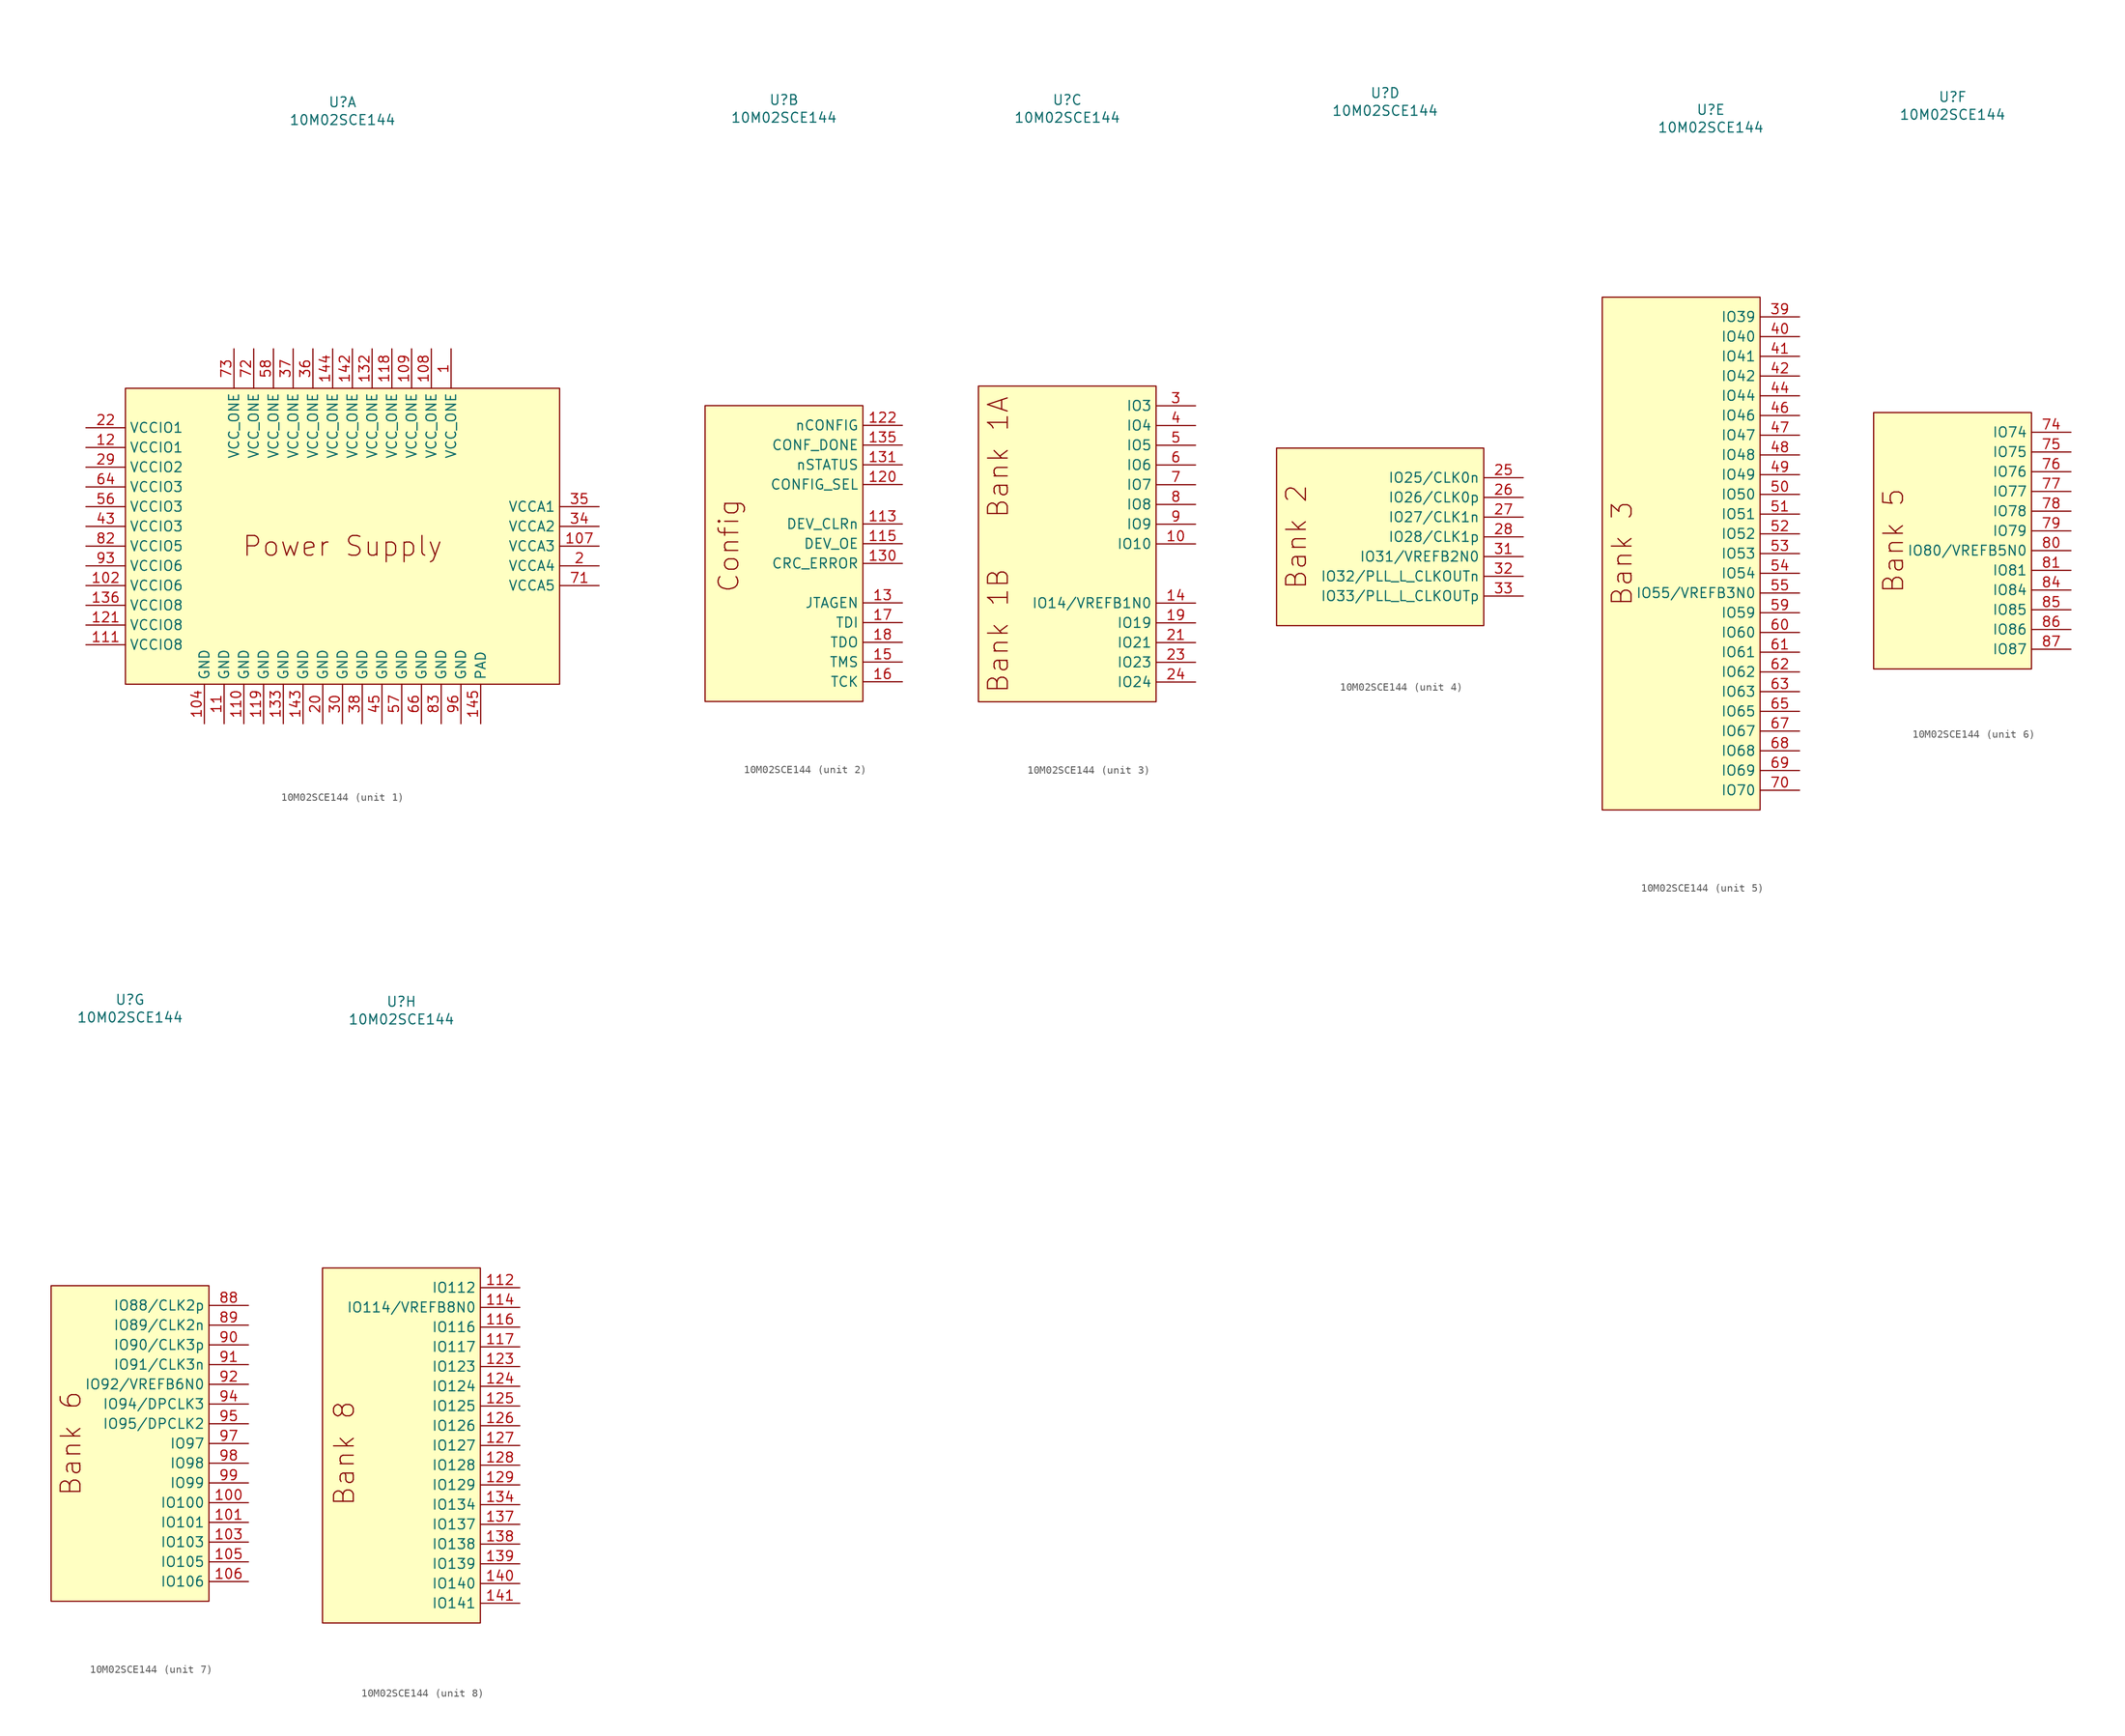
<source format=kicad_sym>
(kicad_symbol_lib
  (version 20241209)
  (generator "kicad_symbol_editor")
  (generator_version "9.0")
  (symbol "10M02SCE144"
    (property "Reference" "U"
      (at 0 57.15 0)
      (effects (font (size 1.27 1.27))))
    (property "Value" "10M02SCE144"
      (at 0 54.864 0)
      (effects (font (size 1.27 1.27))))
    (property "ki_locked" ""
      (at 0 0 0)
      (effects (font (size 1.27 1.27))))
    (symbol "10M02SCE144_1_0"
      (pin power_in line (at -33.02 15.24 0) (length 5.08) (name "VCCIO1" (effects (font (size 1.27 1.27)))) (number "22" (effects (font (size 1.27 1.27)))))
      (pin power_in line (at -33.02 12.7 0) (length 5.08) (name "VCCIO1" (effects (font (size 1.27 1.27)))) (number "12" (effects (font (size 1.27 1.27)))))
      (pin power_in line (at -33.02 10.16 0) (length 5.08) (name "VCCIO2" (effects (font (size 1.27 1.27)))) (number "29" (effects (font (size 1.27 1.27)))))
      (pin power_in line (at -33.02 7.62 0) (length 5.08) (name "VCCIO3" (effects (font (size 1.27 1.27)))) (number "64" (effects (font (size 1.27 1.27)))))
      (pin power_in line (at -33.02 5.08 0) (length 5.08) (name "VCCIO3" (effects (font (size 1.27 1.27)))) (number "56" (effects (font (size 1.27 1.27)))))
      (pin power_in line (at -33.02 2.54 0) (length 5.08) (name "VCCIO3" (effects (font (size 1.27 1.27)))) (number "43" (effects (font (size 1.27 1.27)))))
      (pin power_in line (at -33.02 0 0) (length 5.08) (name "VCCIO5" (effects (font (size 1.27 1.27)))) (number "82" (effects (font (size 1.27 1.27)))))
      (pin power_in line (at -33.02 -2.54 0) (length 5.08) (name "VCCIO6" (effects (font (size 1.27 1.27)))) (number "93" (effects (font (size 1.27 1.27)))))
      (pin power_in line (at -33.02 -5.08 0) (length 5.08) (name "VCCIO6" (effects (font (size 1.27 1.27)))) (number "102" (effects (font (size 1.27 1.27)))))
      (pin power_in line (at -33.02 -7.62 0) (length 5.08) (name "VCCIO8" (effects (font (size 1.27 1.27)))) (number "136" (effects (font (size 1.27 1.27)))))
      (pin power_in line (at -33.02 -10.16 0) (length 5.08) (name "VCCIO8" (effects (font (size 1.27 1.27)))) (number "121" (effects (font (size 1.27 1.27)))))
      (pin power_in line (at -33.02 -12.7 0) (length 5.08) (name "VCCIO8" (effects (font (size 1.27 1.27)))) (number "111" (effects (font (size 1.27 1.27)))))
      (pin power_in line (at -17.78 -22.86 90) (length 5.08) (name "GND" (effects (font (size 1.27 1.27)))) (number "104" (effects (font (size 1.27 1.27)))))
      (pin power_in line (at -15.24 -22.86 90) (length 5.08) (name "GND" (effects (font (size 1.27 1.27)))) (number "11" (effects (font (size 1.27 1.27)))))
      (pin power_in line (at -13.97 25.4 270) (length 5.08) (name "VCC_ONE" (effects (font (size 1.27 1.27)))) (number "73" (effects (font (size 1.27 1.27)))))
      (pin power_in line (at -12.7 -22.86 90) (length 5.08) (name "GND" (effects (font (size 1.27 1.27)))) (number "110" (effects (font (size 1.27 1.27)))))
      (pin power_in line (at -11.43 25.4 270) (length 5.08) (name "VCC_ONE" (effects (font (size 1.27 1.27)))) (number "72" (effects (font (size 1.27 1.27)))))
      (pin power_in line (at -10.16 -22.86 90) (length 5.08) (name "GND" (effects (font (size 1.27 1.27)))) (number "119" (effects (font (size 1.27 1.27)))))
      (pin power_in line (at -8.89 25.4 270) (length 5.08) (name "VCC_ONE" (effects (font (size 1.27 1.27)))) (number "58" (effects (font (size 1.27 1.27)))))
      (pin power_in line (at -7.62 -22.86 90) (length 5.08) (name "GND" (effects (font (size 1.27 1.27)))) (number "133" (effects (font (size 1.27 1.27)))))
      (pin power_in line (at -6.35 25.4 270) (length 5.08) (name "VCC_ONE" (effects (font (size 1.27 1.27)))) (number "37" (effects (font (size 1.27 1.27)))))
      (pin power_in line (at -5.08 -22.86 90) (length 5.08) (name "GND" (effects (font (size 1.27 1.27)))) (number "143" (effects (font (size 1.27 1.27)))))
      (pin power_in line (at -3.81 25.4 270) (length 5.08) (name "VCC_ONE" (effects (font (size 1.27 1.27)))) (number "36" (effects (font (size 1.27 1.27)))))
      (pin power_in line (at -2.54 -22.86 90) (length 5.08) (name "GND" (effects (font (size 1.27 1.27)))) (number "20" (effects (font (size 1.27 1.27)))))
      (pin power_in line (at -1.27 25.4 270) (length 5.08) (name "VCC_ONE" (effects (font (size 1.27 1.27)))) (number "144" (effects (font (size 1.27 1.27)))))
      (pin power_in line (at 0 -22.86 90) (length 5.08) (name "GND" (effects (font (size 1.27 1.27)))) (number "30" (effects (font (size 1.27 1.27)))))
      (pin power_in line (at 1.27 25.4 270) (length 5.08) (name "VCC_ONE" (effects (font (size 1.27 1.27)))) (number "142" (effects (font (size 1.27 1.27)))))
      (pin power_in line (at 2.54 -22.86 90) (length 5.08) (name "GND" (effects (font (size 1.27 1.27)))) (number "38" (effects (font (size 1.27 1.27)))))
      (pin power_in line (at 3.81 25.4 270) (length 5.08) (name "VCC_ONE" (effects (font (size 1.27 1.27)))) (number "132" (effects (font (size 1.27 1.27)))))
      (pin power_in line (at 5.08 -22.86 90) (length 5.08) (name "GND" (effects (font (size 1.27 1.27)))) (number "45" (effects (font (size 1.27 1.27)))))
      (pin power_in line (at 6.35 25.4 270) (length 5.08) (name "VCC_ONE" (effects (font (size 1.27 1.27)))) (number "118" (effects (font (size 1.27 1.27)))))
      (pin power_in line (at 7.62 -22.86 90) (length 5.08) (name "GND" (effects (font (size 1.27 1.27)))) (number "57" (effects (font (size 1.27 1.27)))))
      (pin power_in line (at 8.89 25.4 270) (length 5.08) (name "VCC_ONE" (effects (font (size 1.27 1.27)))) (number "109" (effects (font (size 1.27 1.27)))))
      (pin power_in line (at 10.16 -22.86 90) (length 5.08) (name "GND" (effects (font (size 1.27 1.27)))) (number "66" (effects (font (size 1.27 1.27)))))
      (pin power_in line (at 11.43 25.4 270) (length 5.08) (name "VCC_ONE" (effects (font (size 1.27 1.27)))) (number "108" (effects (font (size 1.27 1.27)))))
      (pin power_in line (at 12.7 -22.86 90) (length 5.08) (name "GND" (effects (font (size 1.27 1.27)))) (number "83" (effects (font (size 1.27 1.27)))))
      (pin power_in line (at 13.97 25.4 270) (length 5.08) (name "VCC_ONE" (effects (font (size 1.27 1.27)))) (number "1" (effects (font (size 1.27 1.27)))))
      (pin power_in line (at 15.24 -22.86 90) (length 5.08) (name "GND" (effects (font (size 1.27 1.27)))) (number "96" (effects (font (size 1.27 1.27)))))
      (pin power_in line (at 33.02 5.08 180) (length 5.08) (name "VCCA1" (effects (font (size 1.27 1.27)))) (number "35" (effects (font (size 1.27 1.27)))))
      (pin power_in line (at 33.02 2.54 180) (length 5.08) (name "VCCA2" (effects (font (size 1.27 1.27)))) (number "34" (effects (font (size 1.27 1.27)))))
      (pin power_in line (at 33.02 0 180) (length 5.08) (name "VCCA3" (effects (font (size 1.27 1.27)))) (number "107" (effects (font (size 1.27 1.27)))))
      (pin power_in line (at 33.02 -2.54 180) (length 5.08) (name "VCCA4" (effects (font (size 1.27 1.27)))) (number "2" (effects (font (size 1.27 1.27)))))
      (pin power_in line (at 33.02 -5.08 180) (length 5.08) (name "VCCA5" (effects (font (size 1.27 1.27)))) (number "71" (effects (font (size 1.27 1.27))))))
    (symbol "10M02SCE144_1_1"
      (rectangle (start -27.94 20.32) (end 27.94 -17.78) (stroke (width 0) (type solid)) (fill (type background)))
      (text "Power Supply" (at 0 0 0) (effects (font (size 2.54 2.54))))
      (pin power_in line (at 17.78 -22.86 90) (length 5.08) (name "PAD" (effects (font (size 1.27 1.27)))) (number "145" (effects (font (size 1.27 1.27))))))
    (symbol "10M02SCE144_2_0"
      (pin input line (at 15.24 15.24 180) (length 5.08) (name "nCONFIG" (effects (font (size 1.27 1.27)))) (number "122" (effects (font (size 1.27 1.27)))))
      (pin bidirectional line (at 15.24 12.7 180) (length 5.08) (name "CONF_DONE" (effects (font (size 1.27 1.27)))) (number "135" (effects (font (size 1.27 1.27)))))
      (pin bidirectional line (at 15.24 10.16 180) (length 5.08) (name "nSTATUS" (effects (font (size 1.27 1.27)))) (number "131" (effects (font (size 1.27 1.27)))))
      (pin bidirectional line (at 15.24 7.62 180) (length 5.08) (name "CONFIG_SEL" (effects (font (size 1.27 1.27)))) (number "120" (effects (font (size 1.27 1.27)))))
      (pin bidirectional line (at 15.24 2.54 180) (length 5.08) (name "DEV_CLRn" (effects (font (size 1.27 1.27)))) (number "113" (effects (font (size 1.27 1.27)))))
      (pin bidirectional line (at 15.24 0 180) (length 5.08) (name "DEV_OE" (effects (font (size 1.27 1.27)))) (number "115" (effects (font (size 1.27 1.27)))))
      (pin bidirectional line (at 15.24 -2.54 180) (length 5.08) (name "CRC_ERROR" (effects (font (size 1.27 1.27)))) (number "130" (effects (font (size 1.27 1.27)))))
      (pin bidirectional line (at 15.24 -7.62 180) (length 5.08) (name "JTAGEN" (effects (font (size 1.27 1.27)))) (number "13" (effects (font (size 1.27 1.27)))))
      (pin bidirectional line (at 15.24 -10.16 180) (length 5.08) (name "TDI" (effects (font (size 1.27 1.27)))) (number "17" (effects (font (size 1.27 1.27)))))
      (pin bidirectional line (at 15.24 -12.7 180) (length 5.08) (name "TDO" (effects (font (size 1.27 1.27)))) (number "18" (effects (font (size 1.27 1.27)))))
      (pin bidirectional line (at 15.24 -15.24 180) (length 5.08) (name "TMS" (effects (font (size 1.27 1.27)))) (number "15" (effects (font (size 1.27 1.27)))))
      (pin bidirectional line (at 15.24 -17.78 180) (length 5.08) (name "TCK" (effects (font (size 1.27 1.27)))) (number "16" (effects (font (size 1.27 1.27))))))
    (symbol "10M02SCE144_2_1"
      (rectangle (start -10.16 17.78) (end 10.16 -20.32) (stroke (width 0) (type solid)) (fill (type background)))
      (text "Config" (at -7.112 -0.254 900) (effects (font (size 2.54 2.54)))))
    (symbol "10M02SCE144_3_0"
      (pin bidirectional line (at 16.51 17.78 180) (length 5.08) (name "IO3" (effects (font (size 1.27 1.27)))) (number "3" (effects (font (size 1.27 1.27)))))
      (pin bidirectional line (at 16.51 15.24 180) (length 5.08) (name "IO4" (effects (font (size 1.27 1.27)))) (number "4" (effects (font (size 1.27 1.27)))))
      (pin bidirectional line (at 16.51 12.7 180) (length 5.08) (name "IO5" (effects (font (size 1.27 1.27)))) (number "5" (effects (font (size 1.27 1.27)))))
      (pin bidirectional line (at 16.51 10.16 180) (length 5.08) (name "IO6" (effects (font (size 1.27 1.27)))) (number "6" (effects (font (size 1.27 1.27)))))
      (pin bidirectional line (at 16.51 7.62 180) (length 5.08) (name "IO7" (effects (font (size 1.27 1.27)))) (number "7" (effects (font (size 1.27 1.27)))))
      (pin bidirectional line (at 16.51 5.08 180) (length 5.08) (name "IO8" (effects (font (size 1.27 1.27)))) (number "8" (effects (font (size 1.27 1.27)))))
      (pin bidirectional line (at 16.51 2.54 180) (length 5.08) (name "IO9" (effects (font (size 1.27 1.27)))) (number "9" (effects (font (size 1.27 1.27)))))
      (pin bidirectional line (at 16.51 0 180) (length 5.08) (name "IO10" (effects (font (size 1.27 1.27)))) (number "10" (effects (font (size 1.27 1.27)))))
      (pin bidirectional line (at 16.51 -7.62 180) (length 5.08) (name "IO14/VREFB1N0" (effects (font (size 1.27 1.27)))) (number "14" (effects (font (size 1.27 1.27)))))
      (pin bidirectional line (at 16.51 -10.16 180) (length 5.08) (name "IO19" (effects (font (size 1.27 1.27)))) (number "19" (effects (font (size 1.27 1.27)))))
      (pin bidirectional line (at 16.51 -12.7 180) (length 5.08) (name "IO21" (effects (font (size 1.27 1.27)))) (number "21" (effects (font (size 1.27 1.27)))))
      (pin bidirectional line (at 16.51 -15.24 180) (length 5.08) (name "IO23" (effects (font (size 1.27 1.27)))) (number "23" (effects (font (size 1.27 1.27)))))
      (pin bidirectional line (at 16.51 -17.78 180) (length 5.08) (name "IO24" (effects (font (size 1.27 1.27)))) (number "24" (effects (font (size 1.27 1.27))))))
    (symbol "10M02SCE144_3_1"
      (rectangle (start -11.43 20.32) (end 11.43 -20.32) (stroke (width 0) (type solid)) (fill (type background)))
      (text "Bank 1A" (at -8.89 11.176 900) (effects (font (size 2.54 2.54))))
      (text "Bank 1B" (at -8.89 -11.176 900) (effects (font (size 2.54 2.54)))))
    (symbol "10M02SCE144_4_0"
      (pin bidirectional line (at 17.78 7.62 180) (length 5.08) (name "IO25/CLK0n" (effects (font (size 1.27 1.27)))) (number "25" (effects (font (size 1.27 1.27)))))
      (pin bidirectional line (at 17.78 5.08 180) (length 5.08) (name "IO26/CLK0p" (effects (font (size 1.27 1.27)))) (number "26" (effects (font (size 1.27 1.27)))))
      (pin bidirectional line (at 17.78 2.54 180) (length 5.08) (name "IO27/CLK1n" (effects (font (size 1.27 1.27)))) (number "27" (effects (font (size 1.27 1.27)))))
      (pin bidirectional line (at 17.78 0 180) (length 5.08) (name "IO28/CLK1p" (effects (font (size 1.27 1.27)))) (number "28" (effects (font (size 1.27 1.27)))))
      (pin bidirectional line (at 17.78 -2.54 180) (length 5.08) (name "IO31/VREFB2N0" (effects (font (size 1.27 1.27)))) (number "31" (effects (font (size 1.27 1.27)))))
      (pin bidirectional line (at 17.78 -5.08 180) (length 5.08) (name "IO32/PLL_L_CLKOUTn" (effects (font (size 1.27 1.27)))) (number "32" (effects (font (size 1.27 1.27)))))
      (pin bidirectional line (at 17.78 -7.62 180) (length 5.08) (name "IO33/PLL_L_CLKOUTp" (effects (font (size 1.27 1.27)))) (number "33" (effects (font (size 1.27 1.27))))))
    (symbol "10M02SCE144_4_1"
      (rectangle (start -13.97 11.43) (end 12.7 -11.43) (stroke (width 0) (type solid)) (fill (type background)))
      (text "Bank 2" (at -11.43 0 900) (effects (font (size 2.54 2.54)))))
    (symbol "10M02SCE144_5_0"
      (pin bidirectional line (at 11.43 30.48 180) (length 5.08) (name "IO39" (effects (font (size 1.27 1.27)))) (number "39" (effects (font (size 1.27 1.27)))))
      (pin bidirectional line (at 11.43 27.94 180) (length 5.08) (name "IO40" (effects (font (size 1.27 1.27)))) (number "40" (effects (font (size 1.27 1.27)))))
      (pin bidirectional line (at 11.43 25.4 180) (length 5.08) (name "IO41" (effects (font (size 1.27 1.27)))) (number "41" (effects (font (size 1.27 1.27)))))
      (pin bidirectional line (at 11.43 22.86 180) (length 5.08) (name "IO42" (effects (font (size 1.27 1.27)))) (number "42" (effects (font (size 1.27 1.27)))))
      (pin bidirectional line (at 11.43 20.32 180) (length 5.08) (name "IO44" (effects (font (size 1.27 1.27)))) (number "44" (effects (font (size 1.27 1.27)))))
      (pin bidirectional line (at 11.43 17.78 180) (length 5.08) (name "IO46" (effects (font (size 1.27 1.27)))) (number "46" (effects (font (size 1.27 1.27)))))
      (pin bidirectional line (at 11.43 15.24 180) (length 5.08) (name "IO47" (effects (font (size 1.27 1.27)))) (number "47" (effects (font (size 1.27 1.27)))))
      (pin bidirectional line (at 11.43 12.7 180) (length 5.08) (name "IO48" (effects (font (size 1.27 1.27)))) (number "48" (effects (font (size 1.27 1.27)))))
      (pin bidirectional line (at 11.43 10.16 180) (length 5.08) (name "IO49" (effects (font (size 1.27 1.27)))) (number "49" (effects (font (size 1.27 1.27)))))
      (pin bidirectional line (at 11.43 7.62 180) (length 5.08) (name "IO50" (effects (font (size 1.27 1.27)))) (number "50" (effects (font (size 1.27 1.27)))))
      (pin bidirectional line (at 11.43 5.08 180) (length 5.08) (name "IO51" (effects (font (size 1.27 1.27)))) (number "51" (effects (font (size 1.27 1.27)))))
      (pin bidirectional line (at 11.43 2.54 180) (length 5.08) (name "IO52" (effects (font (size 1.27 1.27)))) (number "52" (effects (font (size 1.27 1.27)))))
      (pin bidirectional line (at 11.43 0 180) (length 5.08) (name "IO53" (effects (font (size 1.27 1.27)))) (number "53" (effects (font (size 1.27 1.27)))))
      (pin bidirectional line (at 11.43 -2.54 180) (length 5.08) (name "IO54" (effects (font (size 1.27 1.27)))) (number "54" (effects (font (size 1.27 1.27)))))
      (pin bidirectional line (at 11.43 -5.08 180) (length 5.08) (name "IO55/VREFB3N0" (effects (font (size 1.27 1.27)))) (number "55" (effects (font (size 1.27 1.27)))))
      (pin bidirectional line (at 11.43 -7.62 180) (length 5.08) (name "IO59" (effects (font (size 1.27 1.27)))) (number "59" (effects (font (size 1.27 1.27)))))
      (pin bidirectional line (at 11.43 -10.16 180) (length 5.08) (name "IO60" (effects (font (size 1.27 1.27)))) (number "60" (effects (font (size 1.27 1.27)))))
      (pin bidirectional line (at 11.43 -12.7 180) (length 5.08) (name "IO61" (effects (font (size 1.27 1.27)))) (number "61" (effects (font (size 1.27 1.27)))))
      (pin bidirectional line (at 11.43 -15.24 180) (length 5.08) (name "IO62" (effects (font (size 1.27 1.27)))) (number "62" (effects (font (size 1.27 1.27)))))
      (pin bidirectional line (at 11.43 -17.78 180) (length 5.08) (name "IO63" (effects (font (size 1.27 1.27)))) (number "63" (effects (font (size 1.27 1.27)))))
      (pin bidirectional line (at 11.43 -20.32 180) (length 5.08) (name "IO65" (effects (font (size 1.27 1.27)))) (number "65" (effects (font (size 1.27 1.27)))))
      (pin bidirectional line (at 11.43 -22.86 180) (length 5.08) (name "IO67" (effects (font (size 1.27 1.27)))) (number "67" (effects (font (size 1.27 1.27)))))
      (pin bidirectional line (at 11.43 -25.4 180) (length 5.08) (name "IO68" (effects (font (size 1.27 1.27)))) (number "68" (effects (font (size 1.27 1.27)))))
      (pin bidirectional line (at 11.43 -27.94 180) (length 5.08) (name "IO69" (effects (font (size 1.27 1.27)))) (number "69" (effects (font (size 1.27 1.27)))))
      (pin bidirectional line (at 11.43 -30.48 180) (length 5.08) (name "IO70" (effects (font (size 1.27 1.27)))) (number "70" (effects (font (size 1.27 1.27))))))
    (symbol "10M02SCE144_5_1"
      (rectangle (start -13.97 33.02) (end 6.35 -33.02) (stroke (width 0) (type solid)) (fill (type background)))
      (text "Bank 3" (at -11.43 0 900) (effects (font (size 2.54 2.54)))))
    (symbol "10M02SCE144_6_0"
      (pin bidirectional line (at 15.24 13.97 180) (length 5.08) (name "IO74" (effects (font (size 1.27 1.27)))) (number "74" (effects (font (size 1.27 1.27)))))
      (pin bidirectional line (at 15.24 11.43 180) (length 5.08) (name "IO75" (effects (font (size 1.27 1.27)))) (number "75" (effects (font (size 1.27 1.27)))))
      (pin bidirectional line (at 15.24 8.89 180) (length 5.08) (name "IO76" (effects (font (size 1.27 1.27)))) (number "76" (effects (font (size 1.27 1.27)))))
      (pin bidirectional line (at 15.24 6.35 180) (length 5.08) (name "IO77" (effects (font (size 1.27 1.27)))) (number "77" (effects (font (size 1.27 1.27)))))
      (pin bidirectional line (at 15.24 3.81 180) (length 5.08) (name "IO78" (effects (font (size 1.27 1.27)))) (number "78" (effects (font (size 1.27 1.27)))))
      (pin bidirectional line (at 15.24 1.27 180) (length 5.08) (name "IO79" (effects (font (size 1.27 1.27)))) (number "79" (effects (font (size 1.27 1.27)))))
      (pin bidirectional line (at 15.24 -1.27 180) (length 5.08) (name "IO80/VREFB5N0" (effects (font (size 1.27 1.27)))) (number "80" (effects (font (size 1.27 1.27)))))
      (pin bidirectional line (at 15.24 -3.81 180) (length 5.08) (name "IO81" (effects (font (size 1.27 1.27)))) (number "81" (effects (font (size 1.27 1.27)))))
      (pin bidirectional line (at 15.24 -6.35 180) (length 5.08) (name "IO84" (effects (font (size 1.27 1.27)))) (number "84" (effects (font (size 1.27 1.27)))))
      (pin bidirectional line (at 15.24 -8.89 180) (length 5.08) (name "IO85" (effects (font (size 1.27 1.27)))) (number "85" (effects (font (size 1.27 1.27)))))
      (pin bidirectional line (at 15.24 -11.43 180) (length 5.08) (name "IO86" (effects (font (size 1.27 1.27)))) (number "86" (effects (font (size 1.27 1.27)))))
      (pin bidirectional line (at 15.24 -13.97 180) (length 5.08) (name "IO87" (effects (font (size 1.27 1.27)))) (number "87" (effects (font (size 1.27 1.27))))))
    (symbol "10M02SCE144_6_1"
      (rectangle (start -10.16 16.51) (end 10.16 -16.51) (stroke (width 0) (type solid)) (fill (type background)))
      (text "Bank 5" (at -7.62 0 900) (effects (font (size 2.54 2.54)))))
    (symbol "10M02SCE144_7_0"
      (pin bidirectional line (at 15.24 17.78 180) (length 5.08) (name "IO88/CLK2p" (effects (font (size 1.27 1.27)))) (number "88" (effects (font (size 1.27 1.27)))))
      (pin bidirectional line (at 15.24 15.24 180) (length 5.08) (name "IO89/CLK2n" (effects (font (size 1.27 1.27)))) (number "89" (effects (font (size 1.27 1.27)))))
      (pin bidirectional line (at 15.24 12.7 180) (length 5.08) (name "IO90/CLK3p" (effects (font (size 1.27 1.27)))) (number "90" (effects (font (size 1.27 1.27)))))
      (pin bidirectional line (at 15.24 10.16 180) (length 5.08) (name "IO91/CLK3n" (effects (font (size 1.27 1.27)))) (number "91" (effects (font (size 1.27 1.27)))))
      (pin bidirectional line (at 15.24 7.62 180) (length 5.08) (name "IO92/VREFB6N0" (effects (font (size 1.27 1.27)))) (number "92" (effects (font (size 1.27 1.27)))))
      (pin bidirectional line (at 15.24 5.08 180) (length 5.08) (name "IO94/DPCLK3" (effects (font (size 1.27 1.27)))) (number "94" (effects (font (size 1.27 1.27)))))
      (pin bidirectional line (at 15.24 2.54 180) (length 5.08) (name "IO95/DPCLK2" (effects (font (size 1.27 1.27)))) (number "95" (effects (font (size 1.27 1.27)))))
      (pin bidirectional line (at 15.24 0 180) (length 5.08) (name "IO97" (effects (font (size 1.27 1.27)))) (number "97" (effects (font (size 1.27 1.27)))))
      (pin bidirectional line (at 15.24 -2.54 180) (length 5.08) (name "IO98" (effects (font (size 1.27 1.27)))) (number "98" (effects (font (size 1.27 1.27)))))
      (pin bidirectional line (at 15.24 -5.08 180) (length 5.08) (name "IO99" (effects (font (size 1.27 1.27)))) (number "99" (effects (font (size 1.27 1.27)))))
      (pin bidirectional line (at 15.24 -7.62 180) (length 5.08) (name "IO100" (effects (font (size 1.27 1.27)))) (number "100" (effects (font (size 1.27 1.27)))))
      (pin bidirectional line (at 15.24 -10.16 180) (length 5.08) (name "IO101" (effects (font (size 1.27 1.27)))) (number "101" (effects (font (size 1.27 1.27)))))
      (pin bidirectional line (at 15.24 -12.7 180) (length 5.08) (name "IO103" (effects (font (size 1.27 1.27)))) (number "103" (effects (font (size 1.27 1.27)))))
      (pin bidirectional line (at 15.24 -15.24 180) (length 5.08) (name "IO105" (effects (font (size 1.27 1.27)))) (number "105" (effects (font (size 1.27 1.27)))))
      (pin bidirectional line (at 15.24 -17.78 180) (length 5.08) (name "IO106" (effects (font (size 1.27 1.27)))) (number "106" (effects (font (size 1.27 1.27))))))
    (symbol "10M02SCE144_7_1"
      (rectangle (start -10.16 20.32) (end 10.16 -20.32) (stroke (width 0) (type solid)) (fill (type background)))
      (text "Bank 6" (at -7.62 0 900) (effects (font (size 2.54 2.54)))))
    (symbol "10M02SCE144_8_0"
      (pin bidirectional line (at 15.24 20.32 180) (length 5.08) (name "IO112" (effects (font (size 1.27 1.27)))) (number "112" (effects (font (size 1.27 1.27)))))
      (pin bidirectional line (at 15.24 17.78 180) (length 5.08) (name "IO114/VREFB8N0" (effects (font (size 1.27 1.27)))) (number "114" (effects (font (size 1.27 1.27)))))
      (pin bidirectional line (at 15.24 15.24 180) (length 5.08) (name "IO116" (effects (font (size 1.27 1.27)))) (number "116" (effects (font (size 1.27 1.27)))))
      (pin bidirectional line (at 15.24 12.7 180) (length 5.08) (name "IO117" (effects (font (size 1.27 1.27)))) (number "117" (effects (font (size 1.27 1.27)))))
      (pin bidirectional line (at 15.24 10.16 180) (length 5.08) (name "IO123" (effects (font (size 1.27 1.27)))) (number "123" (effects (font (size 1.27 1.27)))))
      (pin bidirectional line (at 15.24 7.62 180) (length 5.08) (name "IO124" (effects (font (size 1.27 1.27)))) (number "124" (effects (font (size 1.27 1.27)))))
      (pin bidirectional line (at 15.24 5.08 180) (length 5.08) (name "IO125" (effects (font (size 1.27 1.27)))) (number "125" (effects (font (size 1.27 1.27)))))
      (pin bidirectional line (at 15.24 2.54 180) (length 5.08) (name "IO126" (effects (font (size 1.27 1.27)))) (number "126" (effects (font (size 1.27 1.27)))))
      (pin bidirectional line (at 15.24 0 180) (length 5.08) (name "IO127" (effects (font (size 1.27 1.27)))) (number "127" (effects (font (size 1.27 1.27)))))
      (pin bidirectional line (at 15.24 -2.54 180) (length 5.08) (name "IO128" (effects (font (size 1.27 1.27)))) (number "128" (effects (font (size 1.27 1.27)))))
      (pin bidirectional line (at 15.24 -5.08 180) (length 5.08) (name "IO129" (effects (font (size 1.27 1.27)))) (number "129" (effects (font (size 1.27 1.27)))))
      (pin bidirectional line (at 15.24 -7.62 180) (length 5.08) (name "IO134" (effects (font (size 1.27 1.27)))) (number "134" (effects (font (size 1.27 1.27)))))
      (pin bidirectional line (at 15.24 -10.16 180) (length 5.08) (name "IO137" (effects (font (size 1.27 1.27)))) (number "137" (effects (font (size 1.27 1.27)))))
      (pin bidirectional line (at 15.24 -12.7 180) (length 5.08) (name "IO138" (effects (font (size 1.27 1.27)))) (number "138" (effects (font (size 1.27 1.27)))))
      (pin bidirectional line (at 15.24 -15.24 180) (length 5.08) (name "IO139" (effects (font (size 1.27 1.27)))) (number "139" (effects (font (size 1.27 1.27)))))
      (pin bidirectional line (at 15.24 -17.78 180) (length 5.08) (name "IO140" (effects (font (size 1.27 1.27)))) (number "140" (effects (font (size 1.27 1.27)))))
      (pin bidirectional line (at 15.24 -20.32 180) (length 5.08) (name "IO141" (effects (font (size 1.27 1.27)))) (number "141" (effects (font (size 1.27 1.27))))))
    (symbol "10M02SCE144_8_1"
      (rectangle (start -10.16 22.86) (end 10.16 -22.86) (stroke (width 0) (type solid)) (fill (type background)))
      (text "Bank 8" (at -7.366 -1.016 900) (effects (font (size 2.54 2.54)))))))
</source>
